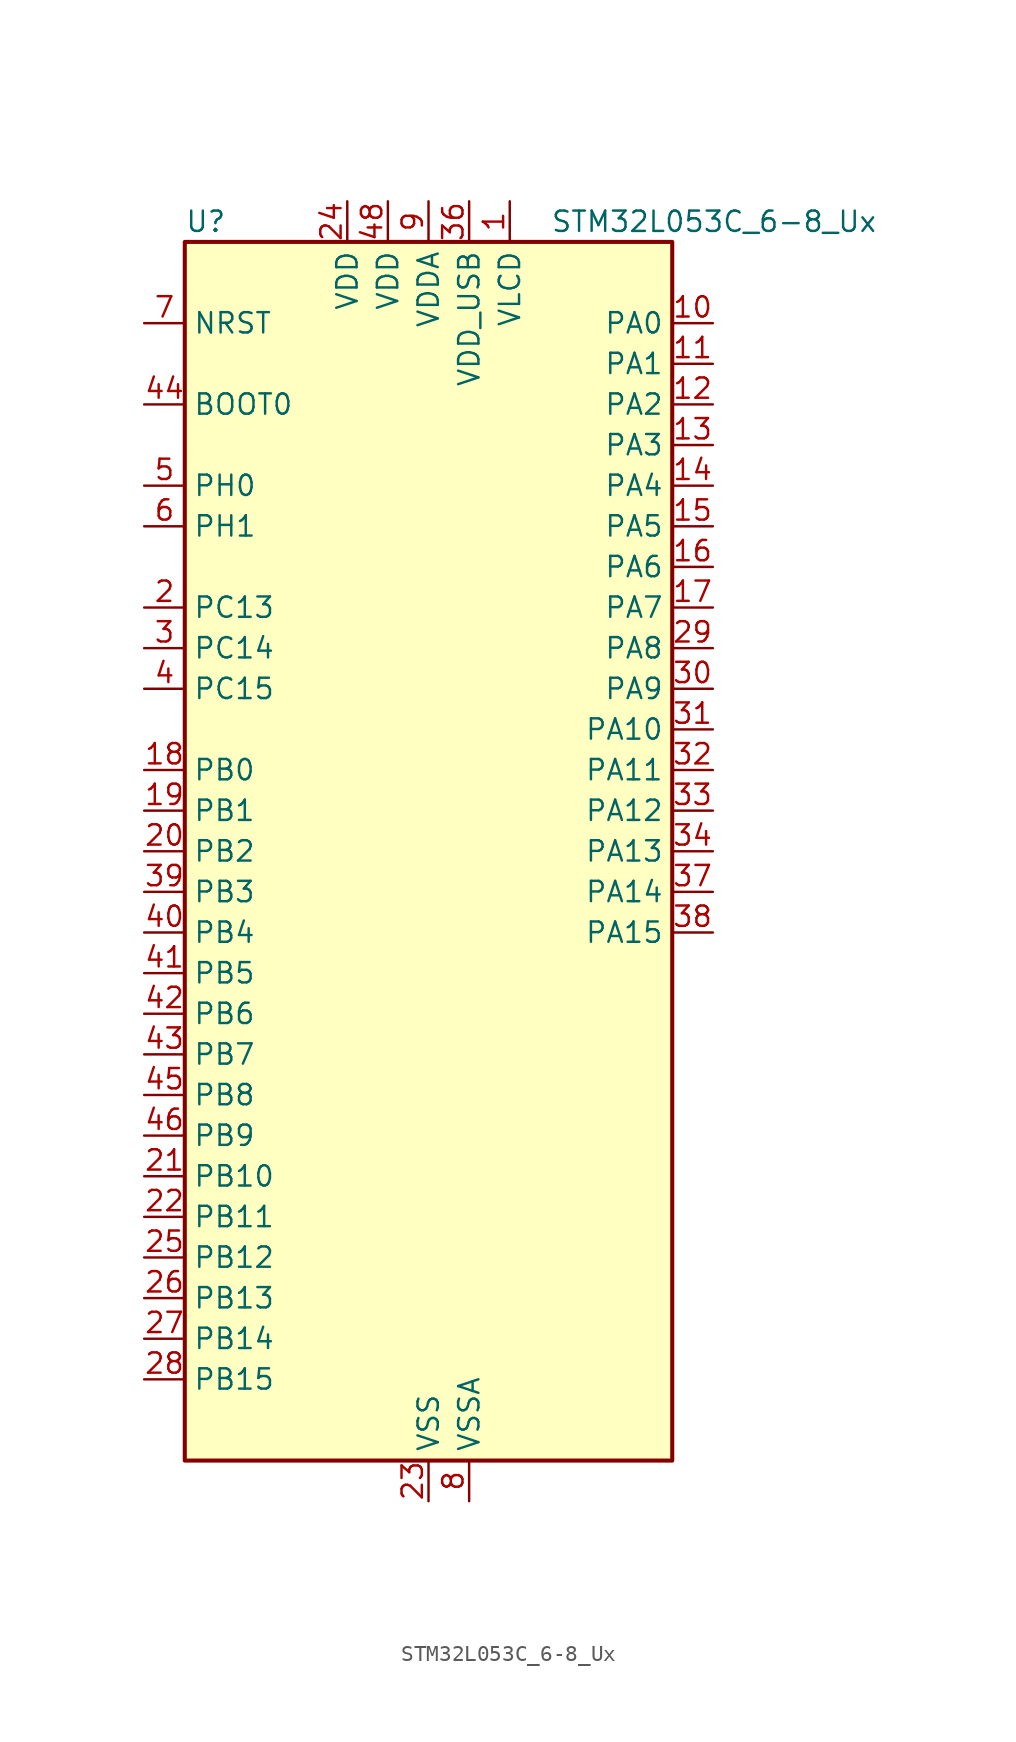
<source format=kicad_sym>
(kicad_symbol_lib
  (version 20241209)
  (generator "kicad_symbol_editor")
  (generator_version "9.0")
  (symbol "STM32L053C_6-8_Ux"
    (property "Reference" "U"
      (at -15.24 39.37 0)
      (effects (font (size 1.27 1.27)) (justify left)))
    (property "Value" "STM32L053C_6-8_Ux"
      (at 7.62 39.37 0)
      (effects (font (size 1.27 1.27)) (justify left)))
    (symbol "STM32L053C_6-8_Ux_0_1"
      (rectangle (start -15.24 -38.1) (end 15.24 38.1) (stroke (width 0.254) (type default)) (fill (type background))))
    (symbol "STM32L053C_6-8_Ux_1_1"
      (pin input line (at -17.78 33.02 0) (length 2.54) (name "NRST" (effects (font (size 1.27 1.27)))) (number "7" (effects (font (size 1.27 1.27)))))
      (pin input line (at -17.78 27.94 0) (length 2.54) (name "BOOT0" (effects (font (size 1.27 1.27)))) (number "44" (effects (font (size 1.27 1.27)))))
      (pin bidirectional line (at -17.78 22.86 0) (length 2.54) (name "PH0" (effects (font (size 1.27 1.27)))) (number "5" (effects (font (size 1.27 1.27)))) (alternate "CRS_SYNC" bidirectional line) (alternate "RCC_OSC_IN" bidirectional line))
      (pin bidirectional line (at -17.78 20.32 0) (length 2.54) (name "PH1" (effects (font (size 1.27 1.27)))) (number "6" (effects (font (size 1.27 1.27)))) (alternate "RCC_OSC_OUT" bidirectional line))
      (pin bidirectional line (at -17.78 15.24 0) (length 2.54) (name "PC13" (effects (font (size 1.27 1.27)))) (number "2" (effects (font (size 1.27 1.27)))) (alternate "RTC_OUT_ALARM" bidirectional line) (alternate "RTC_OUT_CALIB" bidirectional line) (alternate "RTC_TAMP1" bidirectional line) (alternate "RTC_TS" bidirectional line) (alternate "SYS_WKUP2" bidirectional line))
      (pin bidirectional line (at -17.78 12.7 0) (length 2.54) (name "PC14" (effects (font (size 1.27 1.27)))) (number "3" (effects (font (size 1.27 1.27)))) (alternate "RCC_OSC32_IN" bidirectional line))
      (pin bidirectional line (at -17.78 10.16 0) (length 2.54) (name "PC15" (effects (font (size 1.27 1.27)))) (number "4" (effects (font (size 1.27 1.27)))) (alternate "RCC_OSC32_OUT" bidirectional line))
      (pin bidirectional line (at -17.78 5.08 0) (length 2.54) (name "PB0" (effects (font (size 1.27 1.27)))) (number "18" (effects (font (size 1.27 1.27)))) (alternate "ADC_IN8" bidirectional line) (alternate "LCD_SEG5" bidirectional line) (alternate "LCD_VLCD3" bidirectional line) (alternate "SYS_VREF_OUT_PB0" bidirectional line) (alternate "TSC_G3_IO2" bidirectional line))
      (pin bidirectional line (at -17.78 2.54 0) (length 2.54) (name "PB1" (effects (font (size 1.27 1.27)))) (number "19" (effects (font (size 1.27 1.27)))) (alternate "ADC_IN9" bidirectional line) (alternate "LCD_SEG6" bidirectional line) (alternate "LPUART1_DE" bidirectional line) (alternate "LPUART1_RTS" bidirectional line) (alternate "SYS_VREF_OUT_PB1" bidirectional line) (alternate "TSC_G3_IO3" bidirectional line))
      (pin bidirectional line (at -17.78 0 0) (length 2.54) (name "PB2" (effects (font (size 1.27 1.27)))) (number "20" (effects (font (size 1.27 1.27)))) (alternate "LCD_VLCD2" bidirectional line) (alternate "LPTIM1_OUT" bidirectional line) (alternate "TSC_G3_IO4" bidirectional line))
      (pin bidirectional line (at -17.78 -2.54 0) (length 2.54) (name "PB3" (effects (font (size 1.27 1.27)))) (number "39" (effects (font (size 1.27 1.27)))) (alternate "COMP2_INM" bidirectional line) (alternate "LCD_SEG7" bidirectional line) (alternate "SPI1_SCK" bidirectional line) (alternate "TIM2_CH2" bidirectional line) (alternate "TSC_G5_IO1" bidirectional line))
      (pin bidirectional line (at -17.78 -5.08 0) (length 2.54) (name "PB4" (effects (font (size 1.27 1.27)))) (number "40" (effects (font (size 1.27 1.27)))) (alternate "COMP2_INP" bidirectional line) (alternate "LCD_SEG8" bidirectional line) (alternate "SPI1_MISO" bidirectional line) (alternate "TIM22_CH1" bidirectional line) (alternate "TSC_G5_IO2" bidirectional line))
      (pin bidirectional line (at -17.78 -7.62 0) (length 2.54) (name "PB5" (effects (font (size 1.27 1.27)))) (number "41" (effects (font (size 1.27 1.27)))) (alternate "COMP2_INP" bidirectional line) (alternate "I2C1_SMBA" bidirectional line) (alternate "LCD_SEG9" bidirectional line) (alternate "LPTIM1_IN1" bidirectional line) (alternate "SPI1_MOSI" bidirectional line) (alternate "TIM22_CH2" bidirectional line))
      (pin bidirectional line (at -17.78 -10.16 0) (length 2.54) (name "PB6" (effects (font (size 1.27 1.27)))) (number "42" (effects (font (size 1.27 1.27)))) (alternate "COMP2_INP" bidirectional line) (alternate "I2C1_SCL" bidirectional line) (alternate "LPTIM1_ETR" bidirectional line) (alternate "TSC_G5_IO3" bidirectional line) (alternate "USART1_TX" bidirectional line))
      (pin bidirectional line (at -17.78 -12.7 0) (length 2.54) (name "PB7" (effects (font (size 1.27 1.27)))) (number "43" (effects (font (size 1.27 1.27)))) (alternate "COMP2_INP" bidirectional line) (alternate "I2C1_SDA" bidirectional line) (alternate "LPTIM1_IN2" bidirectional line) (alternate "SYS_PVD_IN" bidirectional line) (alternate "TSC_G5_IO4" bidirectional line) (alternate "USART1_RX" bidirectional line))
      (pin bidirectional line (at -17.78 -15.24 0) (length 2.54) (name "PB8" (effects (font (size 1.27 1.27)))) (number "45" (effects (font (size 1.27 1.27)))) (alternate "I2C1_SCL" bidirectional line) (alternate "LCD_SEG16" bidirectional line) (alternate "TSC_SYNC" bidirectional line))
      (pin bidirectional line (at -17.78 -17.78 0) (length 2.54) (name "PB9" (effects (font (size 1.27 1.27)))) (number "46" (effects (font (size 1.27 1.27)))) (alternate "DAC_EXTI9" bidirectional line) (alternate "I2C1_SDA" bidirectional line) (alternate "I2S2_WS" bidirectional line) (alternate "LCD_COM3" bidirectional line) (alternate "SPI2_NSS" bidirectional line))
      (pin bidirectional line (at -17.78 -20.32 0) (length 2.54) (name "PB10" (effects (font (size 1.27 1.27)))) (number "21" (effects (font (size 1.27 1.27)))) (alternate "I2C2_SCL" bidirectional line) (alternate "LCD_SEG10" bidirectional line) (alternate "LPUART1_TX" bidirectional line) (alternate "SPI2_SCK" bidirectional line) (alternate "TIM2_CH3" bidirectional line) (alternate "TSC_SYNC" bidirectional line))
      (pin bidirectional line (at -17.78 -22.86 0) (length 2.54) (name "PB11" (effects (font (size 1.27 1.27)))) (number "22" (effects (font (size 1.27 1.27)))) (alternate "ADC_EXTI11" bidirectional line) (alternate "I2C2_SDA" bidirectional line) (alternate "LCD_SEG11" bidirectional line) (alternate "LPUART1_RX" bidirectional line) (alternate "TIM2_CH4" bidirectional line) (alternate "TSC_G6_IO1" bidirectional line))
      (pin bidirectional line (at -17.78 -25.4 0) (length 2.54) (name "PB12" (effects (font (size 1.27 1.27)))) (number "25" (effects (font (size 1.27 1.27)))) (alternate "I2S2_WS" bidirectional line) (alternate "LCD_SEG12" bidirectional line) (alternate "LCD_VLCD1" bidirectional line) (alternate "LPUART1_DE" bidirectional line) (alternate "LPUART1_RTS" bidirectional line) (alternate "SPI2_NSS" bidirectional line) (alternate "TSC_G6_IO2" bidirectional line))
      (pin bidirectional line (at -17.78 -27.94 0) (length 2.54) (name "PB13" (effects (font (size 1.27 1.27)))) (number "26" (effects (font (size 1.27 1.27)))) (alternate "I2C2_SCL" bidirectional line) (alternate "I2S2_CK" bidirectional line) (alternate "LCD_SEG13" bidirectional line) (alternate "LPUART1_CTS" bidirectional line) (alternate "SPI2_SCK" bidirectional line) (alternate "TIM21_CH1" bidirectional line) (alternate "TSC_G6_IO3" bidirectional line))
      (pin bidirectional line (at -17.78 -30.48 0) (length 2.54) (name "PB14" (effects (font (size 1.27 1.27)))) (number "27" (effects (font (size 1.27 1.27)))) (alternate "I2C2_SDA" bidirectional line) (alternate "I2S2_MCK" bidirectional line) (alternate "LCD_SEG14" bidirectional line) (alternate "LPUART1_DE" bidirectional line) (alternate "LPUART1_RTS" bidirectional line) (alternate "RTC_OUT_ALARM" bidirectional line) (alternate "RTC_OUT_CALIB" bidirectional line) (alternate "SPI2_MISO" bidirectional line) (alternate "TIM21_CH2" bidirectional line) (alternate "TSC_G6_IO4" bidirectional line))
      (pin bidirectional line (at -17.78 -33.02 0) (length 2.54) (name "PB15" (effects (font (size 1.27 1.27)))) (number "28" (effects (font (size 1.27 1.27)))) (alternate "I2S2_SD" bidirectional line) (alternate "LCD_SEG15" bidirectional line) (alternate "RTC_REFIN" bidirectional line) (alternate "SPI2_MOSI" bidirectional line))
      (pin power_in line (at -5.08 40.64 270) (length 2.54) (name "VDD" (effects (font (size 1.27 1.27)))) (number "24" (effects (font (size 1.27 1.27)))))
      (pin power_in line (at -2.54 40.64 270) (length 2.54) (name "VDD" (effects (font (size 1.27 1.27)))) (number "48" (effects (font (size 1.27 1.27)))))
      (pin power_in line (at 0 40.64 270) (length 2.54) (name "VDDA" (effects (font (size 1.27 1.27)))) (number "9" (effects (font (size 1.27 1.27)))))
      (pin power_in line (at 0 -40.64 90) (length 2.54) (name "VSS" (effects (font (size 1.27 1.27)))) (number "23" (effects (font (size 1.27 1.27)))))
      (pin passive line (at 0 -40.64 90) (length 2.54) (hide yes) (name "VSS" (effects (font (size 1.27 1.27)))) (number "35" (effects (font (size 1.27 1.27)))))
      (pin passive line (at 0 -40.64 90) (length 2.54) (hide yes) (name "VSS" (effects (font (size 1.27 1.27)))) (number "47" (effects (font (size 1.27 1.27)))))
      (pin passive line (at 0 -40.64 90) (length 2.54) (hide yes) (name "VSS" (effects (font (size 1.27 1.27)))) (number "49" (effects (font (size 1.27 1.27)))))
      (pin power_in line (at 2.54 40.64 270) (length 2.54) (name "VDD_USB" (effects (font (size 1.27 1.27)))) (number "36" (effects (font (size 1.27 1.27)))))
      (pin power_in line (at 2.54 -40.64 90) (length 2.54) (name "VSSA" (effects (font (size 1.27 1.27)))) (number "8" (effects (font (size 1.27 1.27)))))
      (pin power_in line (at 5.08 40.64 270) (length 2.54) (name "VLCD" (effects (font (size 1.27 1.27)))) (number "1" (effects (font (size 1.27 1.27)))))
      (pin bidirectional line (at 17.78 33.02 180) (length 2.54) (name "PA0" (effects (font (size 1.27 1.27)))) (number "10" (effects (font (size 1.27 1.27)))) (alternate "ADC_IN0" bidirectional line) (alternate "COMP1_INM" bidirectional line) (alternate "COMP1_OUT" bidirectional line) (alternate "RTC_TAMP2" bidirectional line) (alternate "SYS_WKUP1" bidirectional line) (alternate "TIM2_CH1" bidirectional line) (alternate "TIM2_ETR" bidirectional line) (alternate "TSC_G1_IO1" bidirectional line) (alternate "USART2_CTS" bidirectional line))
      (pin bidirectional line (at 17.78 30.48 180) (length 2.54) (name "PA1" (effects (font (size 1.27 1.27)))) (number "11" (effects (font (size 1.27 1.27)))) (alternate "ADC_IN1" bidirectional line) (alternate "COMP1_INP" bidirectional line) (alternate "LCD_SEG0" bidirectional line) (alternate "TIM21_ETR" bidirectional line) (alternate "TIM2_CH2" bidirectional line) (alternate "TSC_G1_IO2" bidirectional line) (alternate "USART2_DE" bidirectional line) (alternate "USART2_RTS" bidirectional line))
      (pin bidirectional line (at 17.78 27.94 180) (length 2.54) (name "PA2" (effects (font (size 1.27 1.27)))) (number "12" (effects (font (size 1.27 1.27)))) (alternate "ADC_IN2" bidirectional line) (alternate "COMP2_INM" bidirectional line) (alternate "COMP2_OUT" bidirectional line) (alternate "LCD_SEG1" bidirectional line) (alternate "TIM21_CH1" bidirectional line) (alternate "TIM2_CH3" bidirectional line) (alternate "TSC_G1_IO3" bidirectional line) (alternate "USART2_TX" bidirectional line))
      (pin bidirectional line (at 17.78 25.4 180) (length 2.54) (name "PA3" (effects (font (size 1.27 1.27)))) (number "13" (effects (font (size 1.27 1.27)))) (alternate "ADC_IN3" bidirectional line) (alternate "COMP2_INP" bidirectional line) (alternate "LCD_SEG2" bidirectional line) (alternate "TIM21_CH2" bidirectional line) (alternate "TIM2_CH4" bidirectional line) (alternate "TSC_G1_IO4" bidirectional line) (alternate "USART2_RX" bidirectional line))
      (pin bidirectional line (at 17.78 22.86 180) (length 2.54) (name "PA4" (effects (font (size 1.27 1.27)))) (number "14" (effects (font (size 1.27 1.27)))) (alternate "ADC_IN4" bidirectional line) (alternate "COMP1_INM" bidirectional line) (alternate "COMP2_INM" bidirectional line) (alternate "DAC_OUT1" bidirectional line) (alternate "SPI1_NSS" bidirectional line) (alternate "TIM22_ETR" bidirectional line) (alternate "TSC_G2_IO1" bidirectional line) (alternate "USART2_CK" bidirectional line))
      (pin bidirectional line (at 17.78 20.32 180) (length 2.54) (name "PA5" (effects (font (size 1.27 1.27)))) (number "15" (effects (font (size 1.27 1.27)))) (alternate "ADC_IN5" bidirectional line) (alternate "COMP1_INM" bidirectional line) (alternate "COMP2_INM" bidirectional line) (alternate "SPI1_SCK" bidirectional line) (alternate "TIM2_CH1" bidirectional line) (alternate "TIM2_ETR" bidirectional line) (alternate "TSC_G2_IO2" bidirectional line))
      (pin bidirectional line (at 17.78 17.78 180) (length 2.54) (name "PA6" (effects (font (size 1.27 1.27)))) (number "16" (effects (font (size 1.27 1.27)))) (alternate "ADC_IN6" bidirectional line) (alternate "COMP1_OUT" bidirectional line) (alternate "LCD_SEG3" bidirectional line) (alternate "LPUART1_CTS" bidirectional line) (alternate "SPI1_MISO" bidirectional line) (alternate "TIM22_CH1" bidirectional line) (alternate "TSC_G2_IO3" bidirectional line))
      (pin bidirectional line (at 17.78 15.24 180) (length 2.54) (name "PA7" (effects (font (size 1.27 1.27)))) (number "17" (effects (font (size 1.27 1.27)))) (alternate "ADC_IN7" bidirectional line) (alternate "COMP2_OUT" bidirectional line) (alternate "LCD_SEG4" bidirectional line) (alternate "SPI1_MOSI" bidirectional line) (alternate "TIM22_CH2" bidirectional line) (alternate "TSC_G2_IO4" bidirectional line))
      (pin bidirectional line (at 17.78 12.7 180) (length 2.54) (name "PA8" (effects (font (size 1.27 1.27)))) (number "29" (effects (font (size 1.27 1.27)))) (alternate "CRS_SYNC" bidirectional line) (alternate "LCD_COM0" bidirectional line) (alternate "RCC_MCO" bidirectional line) (alternate "USART1_CK" bidirectional line))
      (pin bidirectional line (at 17.78 10.16 180) (length 2.54) (name "PA9" (effects (font (size 1.27 1.27)))) (number "30" (effects (font (size 1.27 1.27)))) (alternate "DAC_EXTI9" bidirectional line) (alternate "LCD_COM1" bidirectional line) (alternate "RCC_MCO" bidirectional line) (alternate "TSC_G4_IO1" bidirectional line) (alternate "USART1_TX" bidirectional line))
      (pin bidirectional line (at 17.78 7.62 180) (length 2.54) (name "PA10" (effects (font (size 1.27 1.27)))) (number "31" (effects (font (size 1.27 1.27)))) (alternate "LCD_COM2" bidirectional line) (alternate "TSC_G4_IO2" bidirectional line) (alternate "USART1_RX" bidirectional line))
      (pin bidirectional line (at 17.78 5.08 180) (length 2.54) (name "PA11" (effects (font (size 1.27 1.27)))) (number "32" (effects (font (size 1.27 1.27)))) (alternate "ADC_EXTI11" bidirectional line) (alternate "COMP1_OUT" bidirectional line) (alternate "SPI1_MISO" bidirectional line) (alternate "TSC_G4_IO3" bidirectional line) (alternate "USART1_CTS" bidirectional line) (alternate "USB_DM" bidirectional line))
      (pin bidirectional line (at 17.78 2.54 180) (length 2.54) (name "PA12" (effects (font (size 1.27 1.27)))) (number "33" (effects (font (size 1.27 1.27)))) (alternate "COMP2_OUT" bidirectional line) (alternate "SPI1_MOSI" bidirectional line) (alternate "TSC_G4_IO4" bidirectional line) (alternate "USART1_DE" bidirectional line) (alternate "USART1_RTS" bidirectional line) (alternate "USB_DP" bidirectional line))
      (pin bidirectional line (at 17.78 0 180) (length 2.54) (name "PA13" (effects (font (size 1.27 1.27)))) (number "34" (effects (font (size 1.27 1.27)))) (alternate "SYS_SWDIO" bidirectional line) (alternate "USB_NOE" bidirectional line))
      (pin bidirectional line (at 17.78 -2.54 180) (length 2.54) (name "PA14" (effects (font (size 1.27 1.27)))) (number "37" (effects (font (size 1.27 1.27)))) (alternate "SYS_SWCLK" bidirectional line) (alternate "USART2_TX" bidirectional line))
      (pin bidirectional line (at 17.78 -5.08 180) (length 2.54) (name "PA15" (effects (font (size 1.27 1.27)))) (number "38" (effects (font (size 1.27 1.27)))) (alternate "LCD_SEG17" bidirectional line) (alternate "SPI1_NSS" bidirectional line) (alternate "TIM2_CH1" bidirectional line) (alternate "TIM2_ETR" bidirectional line) (alternate "USART2_RX" bidirectional line)))))
</source>
